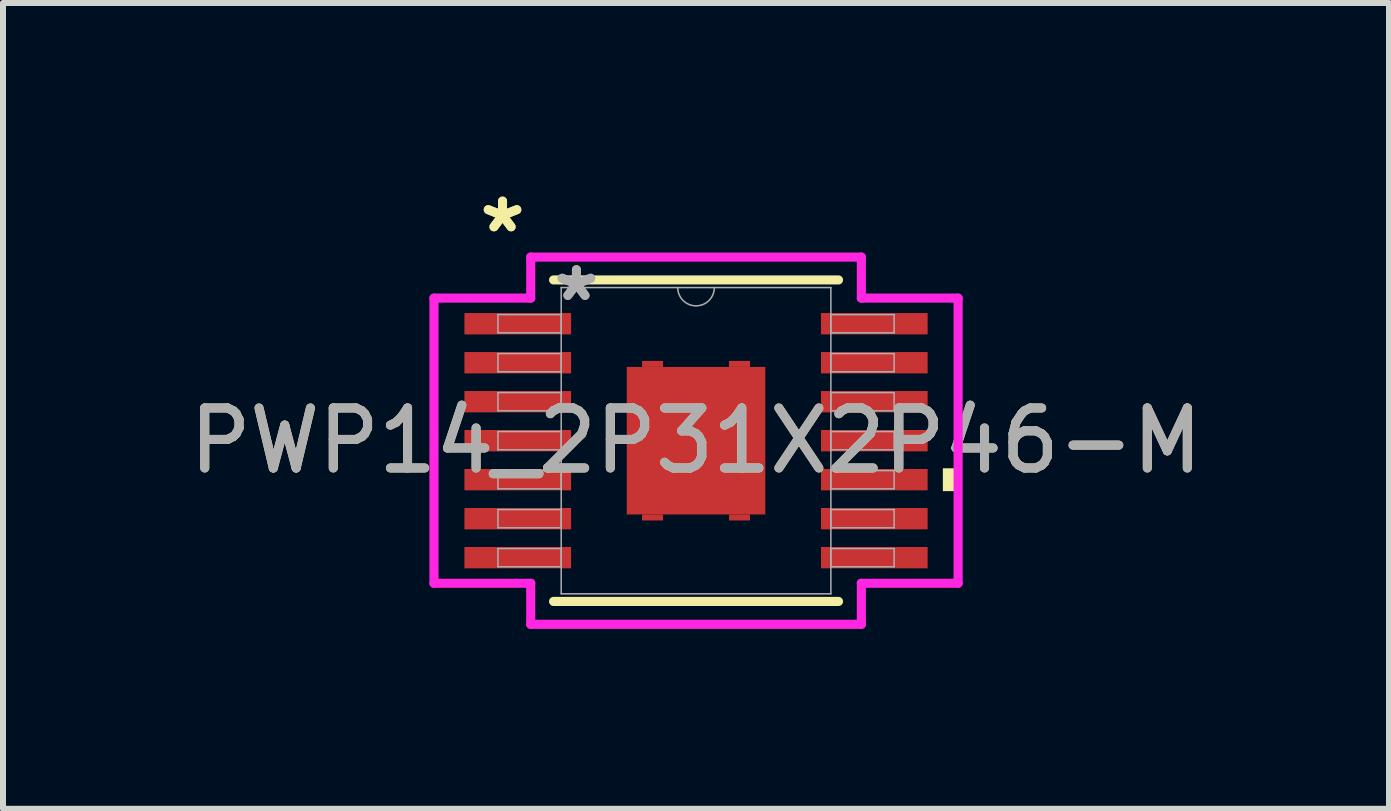
<source format=kicad_pcb>
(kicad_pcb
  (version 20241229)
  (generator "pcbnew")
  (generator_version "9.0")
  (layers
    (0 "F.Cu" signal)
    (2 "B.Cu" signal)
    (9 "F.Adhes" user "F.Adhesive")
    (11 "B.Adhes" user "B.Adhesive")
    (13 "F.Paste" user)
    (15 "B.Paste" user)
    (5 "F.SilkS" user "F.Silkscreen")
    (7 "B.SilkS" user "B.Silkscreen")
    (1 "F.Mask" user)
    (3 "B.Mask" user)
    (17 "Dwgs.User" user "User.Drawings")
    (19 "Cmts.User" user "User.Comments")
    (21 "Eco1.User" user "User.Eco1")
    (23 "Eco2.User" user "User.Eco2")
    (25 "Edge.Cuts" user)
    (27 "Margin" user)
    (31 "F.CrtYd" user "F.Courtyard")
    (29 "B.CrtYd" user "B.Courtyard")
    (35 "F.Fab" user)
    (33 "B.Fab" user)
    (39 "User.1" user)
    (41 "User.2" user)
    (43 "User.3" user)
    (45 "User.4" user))
  (footprint "PWP14_2P31X2P46-M"
    (layer "F.Cu")
    (at 8.554 4.297)
    (property "Reference" "PWP14_2P31X2P46-M" (at 0 0 0) (unlocked yes) (layer "F.SilkS") (effects (font (size 1 1) (thickness 0.15))))
    (attr smd)
    (fp_poly (pts (xy -0.55 -1.23) (xy -0.55 -1.33) (xy -0.9 -1.33) (xy -0.9 -1.23)) (stroke (width 0) (type solid)) (fill yes) (layer "F.Cu"))
    (fp_poly (pts (xy -0.55 1.23) (xy -0.55 1.33) (xy -0.9 1.33) (xy -0.9 1.23)) (stroke (width 0) (type solid)) (fill yes) (layer "F.Cu"))
    (fp_poly (pts (xy 0.55 -1.23) (xy 0.55 -1.33) (xy 0.9 -1.33) (xy 0.9 -1.23)) (stroke (width 0) (type solid)) (fill yes) (layer "F.Cu"))
    (fp_poly (pts (xy 0.55 1.23) (xy 0.55 1.33) (xy 0.9 1.33) (xy 0.9 1.23)) (stroke (width 0) (type solid)) (fill yes) (layer "F.Cu"))
    (fp_poly (pts (xy -0.55 -1.23) (xy -0.55 -1.33) (xy -0.9 -1.33) (xy -0.9 -1.23)) (stroke (width 0) (type solid)) (fill yes) (layer "F.Mask"))
    (fp_poly (pts (xy -0.55 1.23) (xy -0.55 1.33) (xy -0.9 1.33) (xy -0.9 1.23)) (stroke (width 0) (type solid)) (fill yes) (layer "F.Mask"))
    (fp_poly (pts (xy 0.55 -1.23) (xy 0.55 -1.33) (xy 0.9 -1.33) (xy 0.9 -1.23)) (stroke (width 0) (type solid)) (fill yes) (layer "F.Mask"))
    (fp_poly (pts (xy 0.55 1.23) (xy 0.55 1.33) (xy 0.9 1.33) (xy 0.9 1.23)) (stroke (width 0) (type solid)) (fill yes) (layer "F.Mask"))
    (fp_line (start -2.375 2.68) (end 2.375 2.68) (stroke (width 0.152) (type solid)) (layer "F.SilkS"))
    (fp_line (start 2.375 -2.68) (end -2.375 -2.68) (stroke (width 0.152) (type solid)) (layer "F.SilkS"))
    (fp_poly (pts (xy 4.369 0.46) (xy 4.369 0.841) (xy 4.115 0.841) (xy 4.115 0.46)) (stroke (width 0) (type solid)) (fill yes) (layer "F.SilkS"))
    (fp_line (start -4.369 -2.377) (end -2.756 -2.377) (stroke (width 0.152) (type solid)) (layer "F.CrtYd"))
    (fp_line (start -4.369 2.377) (end -4.369 -2.377) (stroke (width 0.152) (type solid)) (layer "F.CrtYd"))
    (fp_line (start -4.369 2.377) (end -2.756 2.377) (stroke (width 0.152) (type solid)) (layer "F.CrtYd"))
    (fp_line (start -2.756 -3.061) (end 2.756 -3.061) (stroke (width 0.152) (type solid)) (layer "F.CrtYd"))
    (fp_line (start -2.756 -2.377) (end -2.756 -3.061) (stroke (width 0.152) (type solid)) (layer "F.CrtYd"))
    (fp_line (start -2.756 3.061) (end -2.756 2.377) (stroke (width 0.152) (type solid)) (layer "F.CrtYd"))
    (fp_line (start 2.756 -3.061) (end 2.756 -2.377) (stroke (width 0.152) (type solid)) (layer "F.CrtYd"))
    (fp_line (start 2.756 2.377) (end 2.756 3.061) (stroke (width 0.152) (type solid)) (layer "F.CrtYd"))
    (fp_line (start 2.756 3.061) (end -2.756 3.061) (stroke (width 0.152) (type solid)) (layer "F.CrtYd"))
    (fp_line (start 4.369 -2.377) (end 2.756 -2.377) (stroke (width 0.152) (type solid)) (layer "F.CrtYd"))
    (fp_line (start 4.369 -2.377) (end 4.369 2.377) (stroke (width 0.152) (type solid)) (layer "F.CrtYd"))
    (fp_line (start 4.369 2.377) (end 2.756 2.377) (stroke (width 0.152) (type solid)) (layer "F.CrtYd"))
    (fp_line (start -3.302 -2.102) (end -3.302 -1.798) (stroke (width 0.025) (type solid)) (layer "F.Fab"))
    (fp_line (start -3.302 -1.798) (end -2.248 -1.798) (stroke (width 0.025) (type solid)) (layer "F.Fab"))
    (fp_line (start -3.302 -1.452) (end -3.302 -1.148) (stroke (width 0.025) (type solid)) (layer "F.Fab"))
    (fp_line (start -3.302 -1.148) (end -2.248 -1.148) (stroke (width 0.025) (type solid)) (layer "F.Fab"))
    (fp_line (start -3.302 -0.802) (end -3.302 -0.498) (stroke (width 0.025) (type solid)) (layer "F.Fab"))
    (fp_line (start -3.302 -0.498) (end -2.248 -0.498) (stroke (width 0.025) (type solid)) (layer "F.Fab"))
    (fp_line (start -3.302 -0.152) (end -3.302 0.152) (stroke (width 0.025) (type solid)) (layer "F.Fab"))
    (fp_line (start -3.302 0.152) (end -2.248 0.152) (stroke (width 0.025) (type solid)) (layer "F.Fab"))
    (fp_line (start -3.302 0.498) (end -3.302 0.802) (stroke (width 0.025) (type solid)) (layer "F.Fab"))
    (fp_line (start -3.302 0.802) (end -2.248 0.802) (stroke (width 0.025) (type solid)) (layer "F.Fab"))
    (fp_line (start -3.302 1.148) (end -3.302 1.452) (stroke (width 0.025) (type solid)) (layer "F.Fab"))
    (fp_line (start -3.302 1.452) (end -2.248 1.452) (stroke (width 0.025) (type solid)) (layer "F.Fab"))
    (fp_line (start -3.302 1.798) (end -3.302 2.102) (stroke (width 0.025) (type solid)) (layer "F.Fab"))
    (fp_line (start -3.302 2.102) (end -2.248 2.102) (stroke (width 0.025) (type solid)) (layer "F.Fab"))
    (fp_line (start -2.248 -2.553) (end -2.248 2.553) (stroke (width 0.025) (type solid)) (layer "F.Fab"))
    (fp_line (start -2.248 -2.102) (end -3.302 -2.102) (stroke (width 0.025) (type solid)) (layer "F.Fab"))
    (fp_line (start -2.248 -1.798) (end -2.248 -2.102) (stroke (width 0.025) (type solid)) (layer "F.Fab"))
    (fp_line (start -2.248 -1.452) (end -3.302 -1.452) (stroke (width 0.025) (type solid)) (layer "F.Fab"))
    (fp_line (start -2.248 -1.148) (end -2.248 -1.452) (stroke (width 0.025) (type solid)) (layer "F.Fab"))
    (fp_line (start -2.248 -0.802) (end -3.302 -0.802) (stroke (width 0.025) (type solid)) (layer "F.Fab"))
    (fp_line (start -2.248 -0.498) (end -2.248 -0.802) (stroke (width 0.025) (type solid)) (layer "F.Fab"))
    (fp_line (start -2.248 -0.152) (end -3.302 -0.152) (stroke (width 0.025) (type solid)) (layer "F.Fab"))
    (fp_line (start -2.248 0.152) (end -2.248 -0.152) (stroke (width 0.025) (type solid)) (layer "F.Fab"))
    (fp_line (start -2.248 0.498) (end -3.302 0.498) (stroke (width 0.025) (type solid)) (layer "F.Fab"))
    (fp_line (start -2.248 0.802) (end -2.248 0.498) (stroke (width 0.025) (type solid)) (layer "F.Fab"))
    (fp_line (start -2.248 1.148) (end -3.302 1.148) (stroke (width 0.025) (type solid)) (layer "F.Fab"))
    (fp_line (start -2.248 1.452) (end -2.248 1.148) (stroke (width 0.025) (type solid)) (layer "F.Fab"))
    (fp_line (start -2.248 1.798) (end -3.302 1.798) (stroke (width 0.025) (type solid)) (layer "F.Fab"))
    (fp_line (start -2.248 2.102) (end -2.248 1.798) (stroke (width 0.025) (type solid)) (layer "F.Fab"))
    (fp_line (start -2.248 2.553) (end 2.248 2.553) (stroke (width 0.025) (type solid)) (layer "F.Fab"))
    (fp_line (start 2.248 -2.553) (end -2.248 -2.553) (stroke (width 0.025) (type solid)) (layer "F.Fab"))
    (fp_line (start 2.248 -2.102) (end 2.248 -1.798) (stroke (width 0.025) (type solid)) (layer "F.Fab"))
    (fp_line (start 2.248 -1.798) (end 3.302 -1.798) (stroke (width 0.025) (type solid)) (layer "F.Fab"))
    (fp_line (start 2.248 -1.452) (end 2.248 -1.148) (stroke (width 0.025) (type solid)) (layer "F.Fab"))
    (fp_line (start 2.248 -1.148) (end 3.302 -1.148) (stroke (width 0.025) (type solid)) (layer "F.Fab"))
    (fp_line (start 2.248 -0.802) (end 2.248 -0.498) (stroke (width 0.025) (type solid)) (layer "F.Fab"))
    (fp_line (start 2.248 -0.498) (end 3.302 -0.498) (stroke (width 0.025) (type solid)) (layer "F.Fab"))
    (fp_line (start 2.248 -0.152) (end 2.248 0.152) (stroke (width 0.025) (type solid)) (layer "F.Fab"))
    (fp_line (start 2.248 0.152) (end 3.302 0.152) (stroke (width 0.025) (type solid)) (layer "F.Fab"))
    (fp_line (start 2.248 0.498) (end 2.248 0.802) (stroke (width 0.025) (type solid)) (layer "F.Fab"))
    (fp_line (start 2.248 0.802) (end 3.302 0.802) (stroke (width 0.025) (type solid)) (layer "F.Fab"))
    (fp_line (start 2.248 1.148) (end 2.248 1.452) (stroke (width 0.025) (type solid)) (layer "F.Fab"))
    (fp_line (start 2.248 1.452) (end 3.302 1.452) (stroke (width 0.025) (type solid)) (layer "F.Fab"))
    (fp_line (start 2.248 1.798) (end 2.248 2.102) (stroke (width 0.025) (type solid)) (layer "F.Fab"))
    (fp_line (start 2.248 2.102) (end 3.302 2.102) (stroke (width 0.025) (type solid)) (layer "F.Fab"))
    (fp_line (start 2.248 2.553) (end 2.248 -2.553) (stroke (width 0.025) (type solid)) (layer "F.Fab"))
    (fp_line (start 3.302 -2.102) (end 2.248 -2.102) (stroke (width 0.025) (type solid)) (layer "F.Fab"))
    (fp_line (start 3.302 -1.798) (end 3.302 -2.102) (stroke (width 0.025) (type solid)) (layer "F.Fab"))
    (fp_line (start 3.302 -1.452) (end 2.248 -1.452) (stroke (width 0.025) (type solid)) (layer "F.Fab"))
    (fp_line (start 3.302 -1.148) (end 3.302 -1.452) (stroke (width 0.025) (type solid)) (layer "F.Fab"))
    (fp_line (start 3.302 -0.802) (end 2.248 -0.802) (stroke (width 0.025) (type solid)) (layer "F.Fab"))
    (fp_line (start 3.302 -0.498) (end 3.302 -0.802) (stroke (width 0.025) (type solid)) (layer "F.Fab"))
    (fp_line (start 3.302 -0.152) (end 2.248 -0.152) (stroke (width 0.025) (type solid)) (layer "F.Fab"))
    (fp_line (start 3.302 0.152) (end 3.302 -0.152) (stroke (width 0.025) (type solid)) (layer "F.Fab"))
    (fp_line (start 3.302 0.498) (end 2.248 0.498) (stroke (width 0.025) (type solid)) (layer "F.Fab"))
    (fp_line (start 3.302 0.802) (end 3.302 0.498) (stroke (width 0.025) (type solid)) (layer "F.Fab"))
    (fp_line (start 3.302 1.148) (end 2.248 1.148) (stroke (width 0.025) (type solid)) (layer "F.Fab"))
    (fp_line (start 3.302 1.452) (end 3.302 1.148) (stroke (width 0.025) (type solid)) (layer "F.Fab"))
    (fp_line (start 3.302 1.798) (end 2.248 1.798) (stroke (width 0.025) (type solid)) (layer "F.Fab"))
    (fp_line (start 3.302 2.102) (end 3.302 1.798) (stroke (width 0.025) (type solid)) (layer "F.Fab"))
    (fp_arc (start 0.3048 -2.5527) (mid 0 -2.2479) (end -0.3048 -2.5527) (stroke (width 0.0254) (type solid)) (layer "F.Fab"))
    (fp_text user "*" (at -3.226 -3.449 0) (layer "F.SilkS") (effects (font (size 1 1) (thickness 0.15))))
    (fp_text user "*" (at -3.226 -3.449 0) (unlocked yes) (layer "F.SilkS") (effects (font (size 1 1) (thickness 0.15))))
    (fp_text user "*" (at -1.994 -2.306 0) (unlocked yes) (layer "F.Fab") (effects (font (size 1 1) (thickness 0.15))))
    (fp_text user "*" (at -1.994 -2.306 0) (layer "F.Fab") (effects (font (size 1 1) (thickness 0.15))))
    (fp_text user "${REFERENCE}" (at 0 0 0) (unlocked yes) (layer "F.Fab") (effects (font (size 1 1) (thickness 0.15))))
    (pad "1" smd rect (at -2.972 -1.95) (size 1.778 0.356) (layers "F.Cu" "F.Mask" "F.Paste"))
    (pad "2" smd rect (at -2.972 -1.3) (size 1.778 0.356) (layers "F.Cu" "F.Mask" "F.Paste"))
    (pad "3" smd rect (at -2.972 -0.65) (size 1.778 0.356) (layers "F.Cu" "F.Mask" "F.Paste"))
    (pad "4" smd rect (at -2.972 0) (size 1.778 0.356) (layers "F.Cu" "F.Mask" "F.Paste"))
    (pad "5" smd rect (at -2.972 0.65) (size 1.778 0.356) (layers "F.Cu" "F.Mask" "F.Paste"))
    (pad "6" smd rect (at -2.972 1.3) (size 1.778 0.356) (layers "F.Cu" "F.Mask" "F.Paste"))
    (pad "7" smd rect (at -2.972 1.95) (size 1.778 0.356) (layers "F.Cu" "F.Mask" "F.Paste"))
    (pad "8" smd rect (at 2.972 1.95) (size 1.778 0.356) (layers "F.Cu" "F.Mask" "F.Paste"))
    (pad "9" smd rect (at 2.972 1.3) (size 1.778 0.356) (layers "F.Cu" "F.Mask" "F.Paste"))
    (pad "10" smd rect (at 2.972 0.65) (size 1.778 0.356) (layers "F.Cu" "F.Mask" "F.Paste"))
    (pad "11" smd rect (at 2.972 0) (size 1.778 0.356) (layers "F.Cu" "F.Mask" "F.Paste"))
    (pad "12" smd rect (at 2.972 -0.65) (size 1.778 0.356) (layers "F.Cu" "F.Mask" "F.Paste"))
    (pad "13" smd rect (at 2.972 -1.3) (size 1.778 0.356) (layers "F.Cu" "F.Mask" "F.Paste"))
    (pad "14" smd rect (at 2.972 -1.95) (size 1.778 0.356) (layers "F.Cu" "F.Mask" "F.Paste"))
    (pad "15" smd rect (at 0 0) (size 2.31 2.46) (layers "F.Cu" "F.Mask" "F.Paste")))
  (gr_rect
    (start -3 -3)
    (end 20.107 10.434)
    (stroke (width 0.1) (type default))
    (fill no)
    (layer "Edge.Cuts")))
</source>
